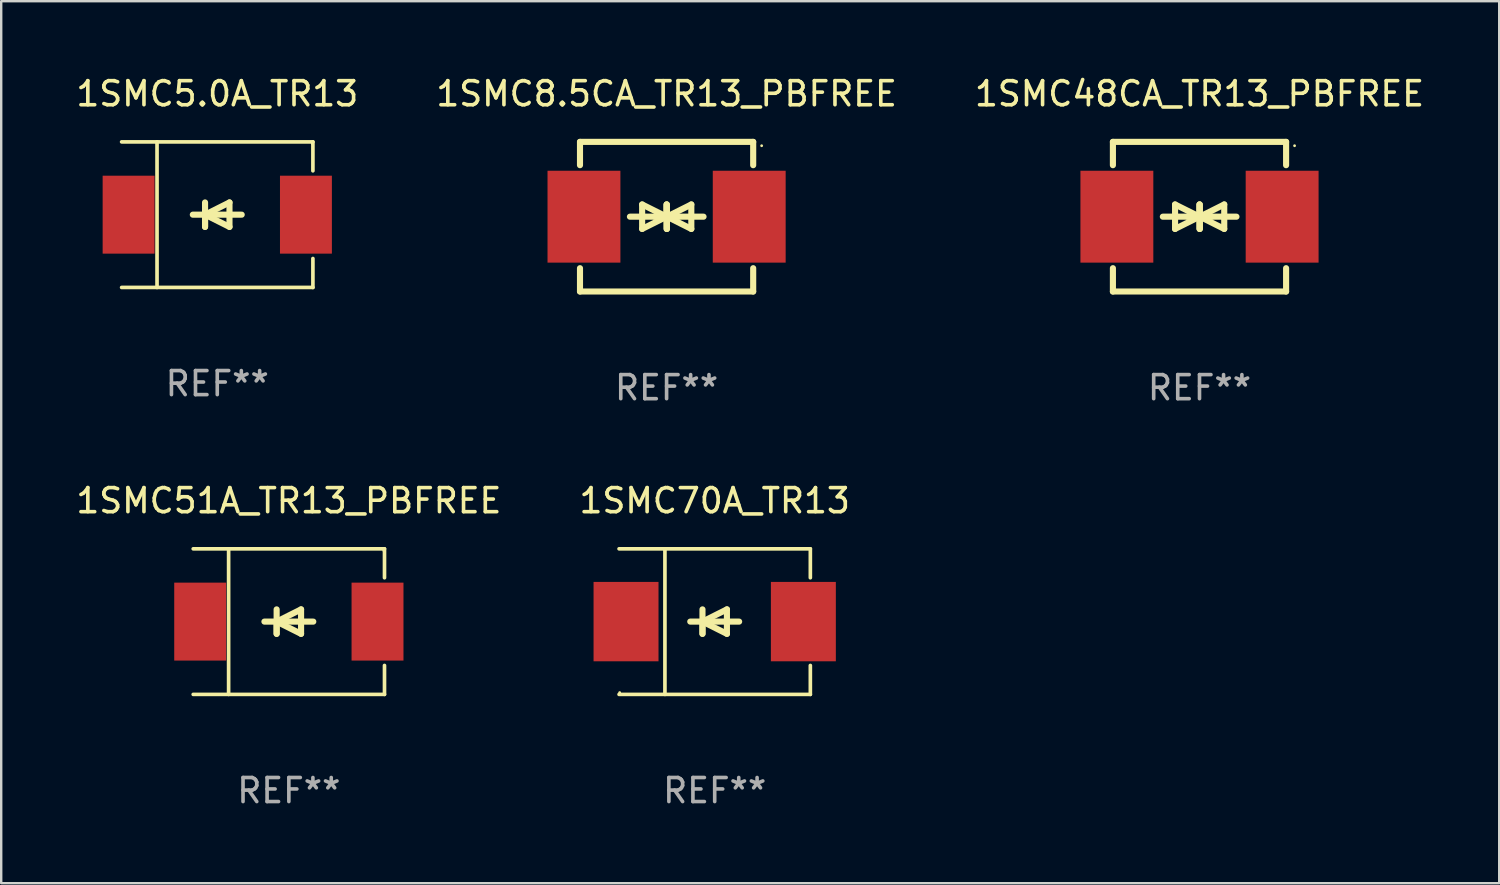
<source format=kicad_pcb>
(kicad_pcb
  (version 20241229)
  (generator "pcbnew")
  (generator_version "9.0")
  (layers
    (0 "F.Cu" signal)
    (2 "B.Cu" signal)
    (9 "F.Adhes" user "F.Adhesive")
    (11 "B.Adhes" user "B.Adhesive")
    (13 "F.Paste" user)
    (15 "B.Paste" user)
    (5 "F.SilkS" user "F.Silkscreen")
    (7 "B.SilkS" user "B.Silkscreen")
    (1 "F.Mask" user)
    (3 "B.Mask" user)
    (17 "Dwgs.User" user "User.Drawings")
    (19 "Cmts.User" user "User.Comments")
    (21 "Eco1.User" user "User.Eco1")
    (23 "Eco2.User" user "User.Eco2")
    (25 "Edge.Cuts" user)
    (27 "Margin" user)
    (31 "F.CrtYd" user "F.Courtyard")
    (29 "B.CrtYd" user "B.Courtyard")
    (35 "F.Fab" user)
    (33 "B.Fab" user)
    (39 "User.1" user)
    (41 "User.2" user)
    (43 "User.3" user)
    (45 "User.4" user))
  (footprint "1SMC51A_TR13_PBFREE"
    (layer "F.Cu")
    (at 8.958 22.791)
    (property "Reference" "1SMC51A_TR13_PBFREE" (at 0 -5.026 0) (layer "F.SilkS") (effects (font (size 1 1) (thickness 0.15))))
    (attr through_hole)
    (fp_line (start -3.976 -3.026) (end 3.976 -3.026) (stroke (width 0.152) (type solid)) (layer "F.SilkS"))
    (fp_line (start -3.976 3.026) (end 3.976 3.026) (stroke (width 0.152) (type solid)) (layer "F.SilkS"))
    (fp_line (start -2.504 -3.026) (end -2.504 3.026) (stroke (width 0.152) (type solid)) (layer "F.SilkS"))
    (fp_line (start -0.508 0) (end -0.508 0.508) (stroke (width 0.254) (type solid)) (layer "F.SilkS"))
    (fp_line (start -0.508 0) (end 0.508 0.508) (stroke (width 0.254) (type solid)) (layer "F.SilkS"))
    (fp_line (start -0.508 0.508) (end -0.508 -0.508) (stroke (width 0.254) (type solid)) (layer "F.SilkS"))
    (fp_line (start 0.508 -0.508) (end -0.508 0) (stroke (width 0.254) (type solid)) (layer "F.SilkS"))
    (fp_line (start 0.508 0.508) (end 0.508 -0.508) (stroke (width 0.254) (type solid)) (layer "F.SilkS"))
    (fp_line (start 1.016 0) (end -1.016 0) (stroke (width 0.254) (type solid)) (layer "F.SilkS"))
    (fp_line (start 3.976 -3.026) (end 3.976 -1.823) (stroke (width 0.152) (type solid)) (layer "F.SilkS"))
    (fp_line (start 3.976 3.026) (end 3.976 1.823) (stroke (width 0.152) (type solid)) (layer "F.SilkS"))
    (fp_circle (center 3.95 -2.95) (end 3.98 -2.95) (stroke (width 0.06) (type solid)) (fill no) (layer "F.SilkS"))
    (fp_text user "REF**" (at 0 7.026 0) (layer "F.Fab") (effects (font (size 1 1) (thickness 0.15))))
    (pad "1" smd rect (at 3.686 0 180) (size 2.158 3.24) (layers "F.Cu" "F.Mask" "F.Paste"))
    (pad "2" smd rect (at -3.686 0 180) (size 2.158 3.24) (layers "F.Cu" "F.Mask" "F.Paste")))
  (footprint "1SMC8.5CA_TR13_PBFREE"
    (layer "F.Cu")
    (at 24.661 5.958)
    (property "Reference" "1SMC8.5CA_TR13_PBFREE" (at 0 -5.11 0) (layer "F.SilkS") (effects (font (size 1 1) (thickness 0.15))))
    (attr through_hole)
    (fp_line (start -3.6 -2.141) (end -3.6 -3.11) (stroke (width 0.254) (type solid)) (layer "F.SilkS"))
    (fp_line (start -3.6 3.11) (end -3.6 2.141) (stroke (width 0.254) (type solid)) (layer "F.SilkS"))
    (fp_line (start -1.524 0) (end 0.508 0) (stroke (width 0.254) (type solid)) (layer "F.SilkS"))
    (fp_line (start -1.016 -0.508) (end -1.016 0.508) (stroke (width 0.254) (type solid)) (layer "F.SilkS"))
    (fp_line (start -1.016 0.508) (end 0 0) (stroke (width 0.254) (type solid)) (layer "F.SilkS"))
    (fp_line (start 0 -0.508) (end 0 0.508) (stroke (width 0.254) (type solid)) (layer "F.SilkS"))
    (fp_line (start 0 0) (end -1.016 -0.508) (stroke (width 0.254) (type solid)) (layer "F.SilkS"))
    (fp_line (start 0 0) (end 0 -0.508) (stroke (width 0.254) (type solid)) (layer "F.SilkS"))
    (fp_line (start 0.012 0) (end 0.012 0.508) (stroke (width 0.254) (type solid)) (layer "F.SilkS"))
    (fp_line (start 0.012 0) (end 1.028 0.508) (stroke (width 0.254) (type solid)) (layer "F.SilkS"))
    (fp_line (start 0.012 0.508) (end 0.012 -0.508) (stroke (width 0.254) (type solid)) (layer "F.SilkS"))
    (fp_line (start 1.028 -0.508) (end 0.012 0) (stroke (width 0.254) (type solid)) (layer "F.SilkS"))
    (fp_line (start 1.028 0.508) (end 1.028 -0.508) (stroke (width 0.254) (type solid)) (layer "F.SilkS"))
    (fp_line (start 1.536 0) (end -0.496 0) (stroke (width 0.254) (type solid)) (layer "F.SilkS"))
    (fp_line (start 3.6 -3.11) (end -3.6 -3.11) (stroke (width 0.254) (type solid)) (layer "F.SilkS"))
    (fp_line (start 3.6 -2.141) (end 3.6 -3.11) (stroke (width 0.254) (type solid)) (layer "F.SilkS"))
    (fp_line (start 3.6 3.11) (end -3.6 3.11) (stroke (width 0.254) (type solid)) (layer "F.SilkS"))
    (fp_line (start 3.6 3.11) (end 3.6 2.141) (stroke (width 0.254) (type solid)) (layer "F.SilkS"))
    (fp_circle (center 3.952 -2.95) (end 3.982 -2.95) (stroke (width 0.06) (type solid)) (fill no) (layer "F.SilkS"))
    (fp_text user "REF**" (at 0 7.11 0) (layer "F.Fab") (effects (font (size 1 1) (thickness 0.15))))
    (pad "1" smd rect (at 3.435 0) (size 3.03 3.82) (layers "F.Cu" "F.Mask" "F.Paste"))
    (pad "2" smd rect (at -3.435 0) (size 3.03 3.82) (layers "F.Cu" "F.Mask" "F.Paste")))
  (footprint "1SMC48CA_TR13_PBFREE"
    (layer "F.Cu")
    (at 46.815 5.958)
    (property "Reference" "1SMC48CA_TR13_PBFREE" (at 0 -5.11 0) (layer "F.SilkS") (effects (font (size 1 1) (thickness 0.15))))
    (attr through_hole)
    (fp_line (start -3.6 -2.141) (end -3.6 -3.11) (stroke (width 0.254) (type solid)) (layer "F.SilkS"))
    (fp_line (start -3.6 3.11) (end -3.6 2.141) (stroke (width 0.254) (type solid)) (layer "F.SilkS"))
    (fp_line (start -1.524 0) (end 0.508 0) (stroke (width 0.254) (type solid)) (layer "F.SilkS"))
    (fp_line (start -1.016 -0.508) (end -1.016 0.508) (stroke (width 0.254) (type solid)) (layer "F.SilkS"))
    (fp_line (start -1.016 0.508) (end 0 0) (stroke (width 0.254) (type solid)) (layer "F.SilkS"))
    (fp_line (start 0 -0.508) (end 0 0.508) (stroke (width 0.254) (type solid)) (layer "F.SilkS"))
    (fp_line (start 0 0) (end -1.016 -0.508) (stroke (width 0.254) (type solid)) (layer "F.SilkS"))
    (fp_line (start 0 0) (end 0 -0.508) (stroke (width 0.254) (type solid)) (layer "F.SilkS"))
    (fp_line (start 0.012 0) (end 0.012 0.508) (stroke (width 0.254) (type solid)) (layer "F.SilkS"))
    (fp_line (start 0.012 0) (end 1.028 0.508) (stroke (width 0.254) (type solid)) (layer "F.SilkS"))
    (fp_line (start 0.012 0.508) (end 0.012 -0.508) (stroke (width 0.254) (type solid)) (layer "F.SilkS"))
    (fp_line (start 1.028 -0.508) (end 0.012 0) (stroke (width 0.254) (type solid)) (layer "F.SilkS"))
    (fp_line (start 1.028 0.508) (end 1.028 -0.508) (stroke (width 0.254) (type solid)) (layer "F.SilkS"))
    (fp_line (start 1.536 0) (end -0.496 0) (stroke (width 0.254) (type solid)) (layer "F.SilkS"))
    (fp_line (start 3.6 -3.11) (end -3.6 -3.11) (stroke (width 0.254) (type solid)) (layer "F.SilkS"))
    (fp_line (start 3.6 -2.141) (end 3.6 -3.11) (stroke (width 0.254) (type solid)) (layer "F.SilkS"))
    (fp_line (start 3.6 3.11) (end -3.6 3.11) (stroke (width 0.254) (type solid)) (layer "F.SilkS"))
    (fp_line (start 3.6 3.11) (end 3.6 2.141) (stroke (width 0.254) (type solid)) (layer "F.SilkS"))
    (fp_circle (center 3.952 -2.95) (end 3.982 -2.95) (stroke (width 0.06) (type solid)) (fill no) (layer "F.SilkS"))
    (fp_text user "REF**" (at 0 7.11 0) (layer "F.Fab") (effects (font (size 1 1) (thickness 0.15))))
    (pad "1" smd rect (at 3.435 0) (size 3.03 3.82) (layers "F.Cu" "F.Mask" "F.Paste"))
    (pad "2" smd rect (at -3.435 0) (size 3.03 3.82) (layers "F.Cu" "F.Mask" "F.Paste")))
  (footprint "1SMC5.0A_TR13"
    (layer "F.Cu")
    (at 5.982 5.874)
    (property "Reference" "1SMC5.0A_TR13" (at 0 -5.026 0) (layer "F.SilkS") (effects (font (size 1 1) (thickness 0.15))))
    (attr through_hole)
    (fp_line (start -3.976 -3.026) (end 3.976 -3.026) (stroke (width 0.152) (type solid)) (layer "F.SilkS"))
    (fp_line (start -3.976 3.026) (end 3.976 3.026) (stroke (width 0.152) (type solid)) (layer "F.SilkS"))
    (fp_line (start -2.504 -3.026) (end -2.504 3.026) (stroke (width 0.152) (type solid)) (layer "F.SilkS"))
    (fp_line (start -0.508 0) (end -0.508 0.508) (stroke (width 0.254) (type solid)) (layer "F.SilkS"))
    (fp_line (start -0.508 0) (end 0.508 0.508) (stroke (width 0.254) (type solid)) (layer "F.SilkS"))
    (fp_line (start -0.508 0.508) (end -0.508 -0.508) (stroke (width 0.254) (type solid)) (layer "F.SilkS"))
    (fp_line (start 0.508 -0.508) (end -0.508 0) (stroke (width 0.254) (type solid)) (layer "F.SilkS"))
    (fp_line (start 0.508 0.508) (end 0.508 -0.508) (stroke (width 0.254) (type solid)) (layer "F.SilkS"))
    (fp_line (start 1.016 0) (end -1.016 0) (stroke (width 0.254) (type solid)) (layer "F.SilkS"))
    (fp_line (start 3.976 -3.026) (end 3.976 -1.823) (stroke (width 0.152) (type solid)) (layer "F.SilkS"))
    (fp_line (start 3.976 3.026) (end 3.976 1.823) (stroke (width 0.152) (type solid)) (layer "F.SilkS"))
    (fp_circle (center 3.95 -2.95) (end 3.98 -2.95) (stroke (width 0.06) (type solid)) (fill no) (layer "F.SilkS"))
    (fp_text user "REF**" (at 0 7.026 0) (layer "F.Fab") (effects (font (size 1 1) (thickness 0.15))))
    (pad "1" smd rect (at 3.686 0 180) (size 2.158 3.24) (layers "F.Cu" "F.Mask" "F.Paste"))
    (pad "2" smd rect (at -3.686 0 180) (size 2.158 3.24) (layers "F.Cu" "F.Mask" "F.Paste")))
  (footprint "1SMC70A_TR13"
    (layer "F.Cu")
    (at 26.661 22.791)
    (property "Reference" "1SMC70A_TR13" (at 0 -5.026 0) (layer "F.SilkS") (effects (font (size 1 1) (thickness 0.15))))
    (attr through_hole)
    (fp_line (start -3.976 -3.026) (end 3.976 -3.026) (stroke (width 0.152) (type solid)) (layer "F.SilkS"))
    (fp_line (start -3.976 3.026) (end 3.976 3.026) (stroke (width 0.152) (type solid)) (layer "F.SilkS"))
    (fp_line (start -2.069 -3.026) (end -2.069 3.026) (stroke (width 0.152) (type solid)) (layer "F.SilkS"))
    (fp_line (start -0.508 0) (end -0.508 0.508) (stroke (width 0.254) (type solid)) (layer "F.SilkS"))
    (fp_line (start -0.508 0) (end 0.508 0.508) (stroke (width 0.254) (type solid)) (layer "F.SilkS"))
    (fp_line (start -0.508 0.508) (end -0.508 -0.508) (stroke (width 0.254) (type solid)) (layer "F.SilkS"))
    (fp_line (start 0.508 -0.508) (end -0.508 0) (stroke (width 0.254) (type solid)) (layer "F.SilkS"))
    (fp_line (start 0.508 0.508) (end 0.508 -0.508) (stroke (width 0.254) (type solid)) (layer "F.SilkS"))
    (fp_line (start 1.016 0) (end -1.016 0) (stroke (width 0.254) (type solid)) (layer "F.SilkS"))
    (fp_line (start 3.976 -3.026) (end 3.976 -1.823) (stroke (width 0.152) (type solid)) (layer "F.SilkS"))
    (fp_line (start 3.976 3.026) (end 3.976 1.823) (stroke (width 0.152) (type solid)) (layer "F.SilkS"))
    (fp_circle (center -3.95 2.95) (end -3.92 2.95) (stroke (width 0.06) (type solid)) (fill no) (layer "F.SilkS"))
    (fp_text user "REF**" (at 0 7.026 0) (layer "F.Fab") (effects (font (size 1 1) (thickness 0.15))))
    (pad "1" smd rect (at -3.686 0) (size 2.7 3.3) (layers "F.Cu" "F.Mask" "F.Paste"))
    (pad "2" smd rect (at 3.686 0) (size 2.7 3.3) (layers "F.Cu" "F.Mask" "F.Paste")))
  (gr_rect
    (start -3 -3)
    (end 59.274 33.665)
    (stroke (width 0.1) (type default))
    (fill no)
    (layer "Edge.Cuts")))
</source>
